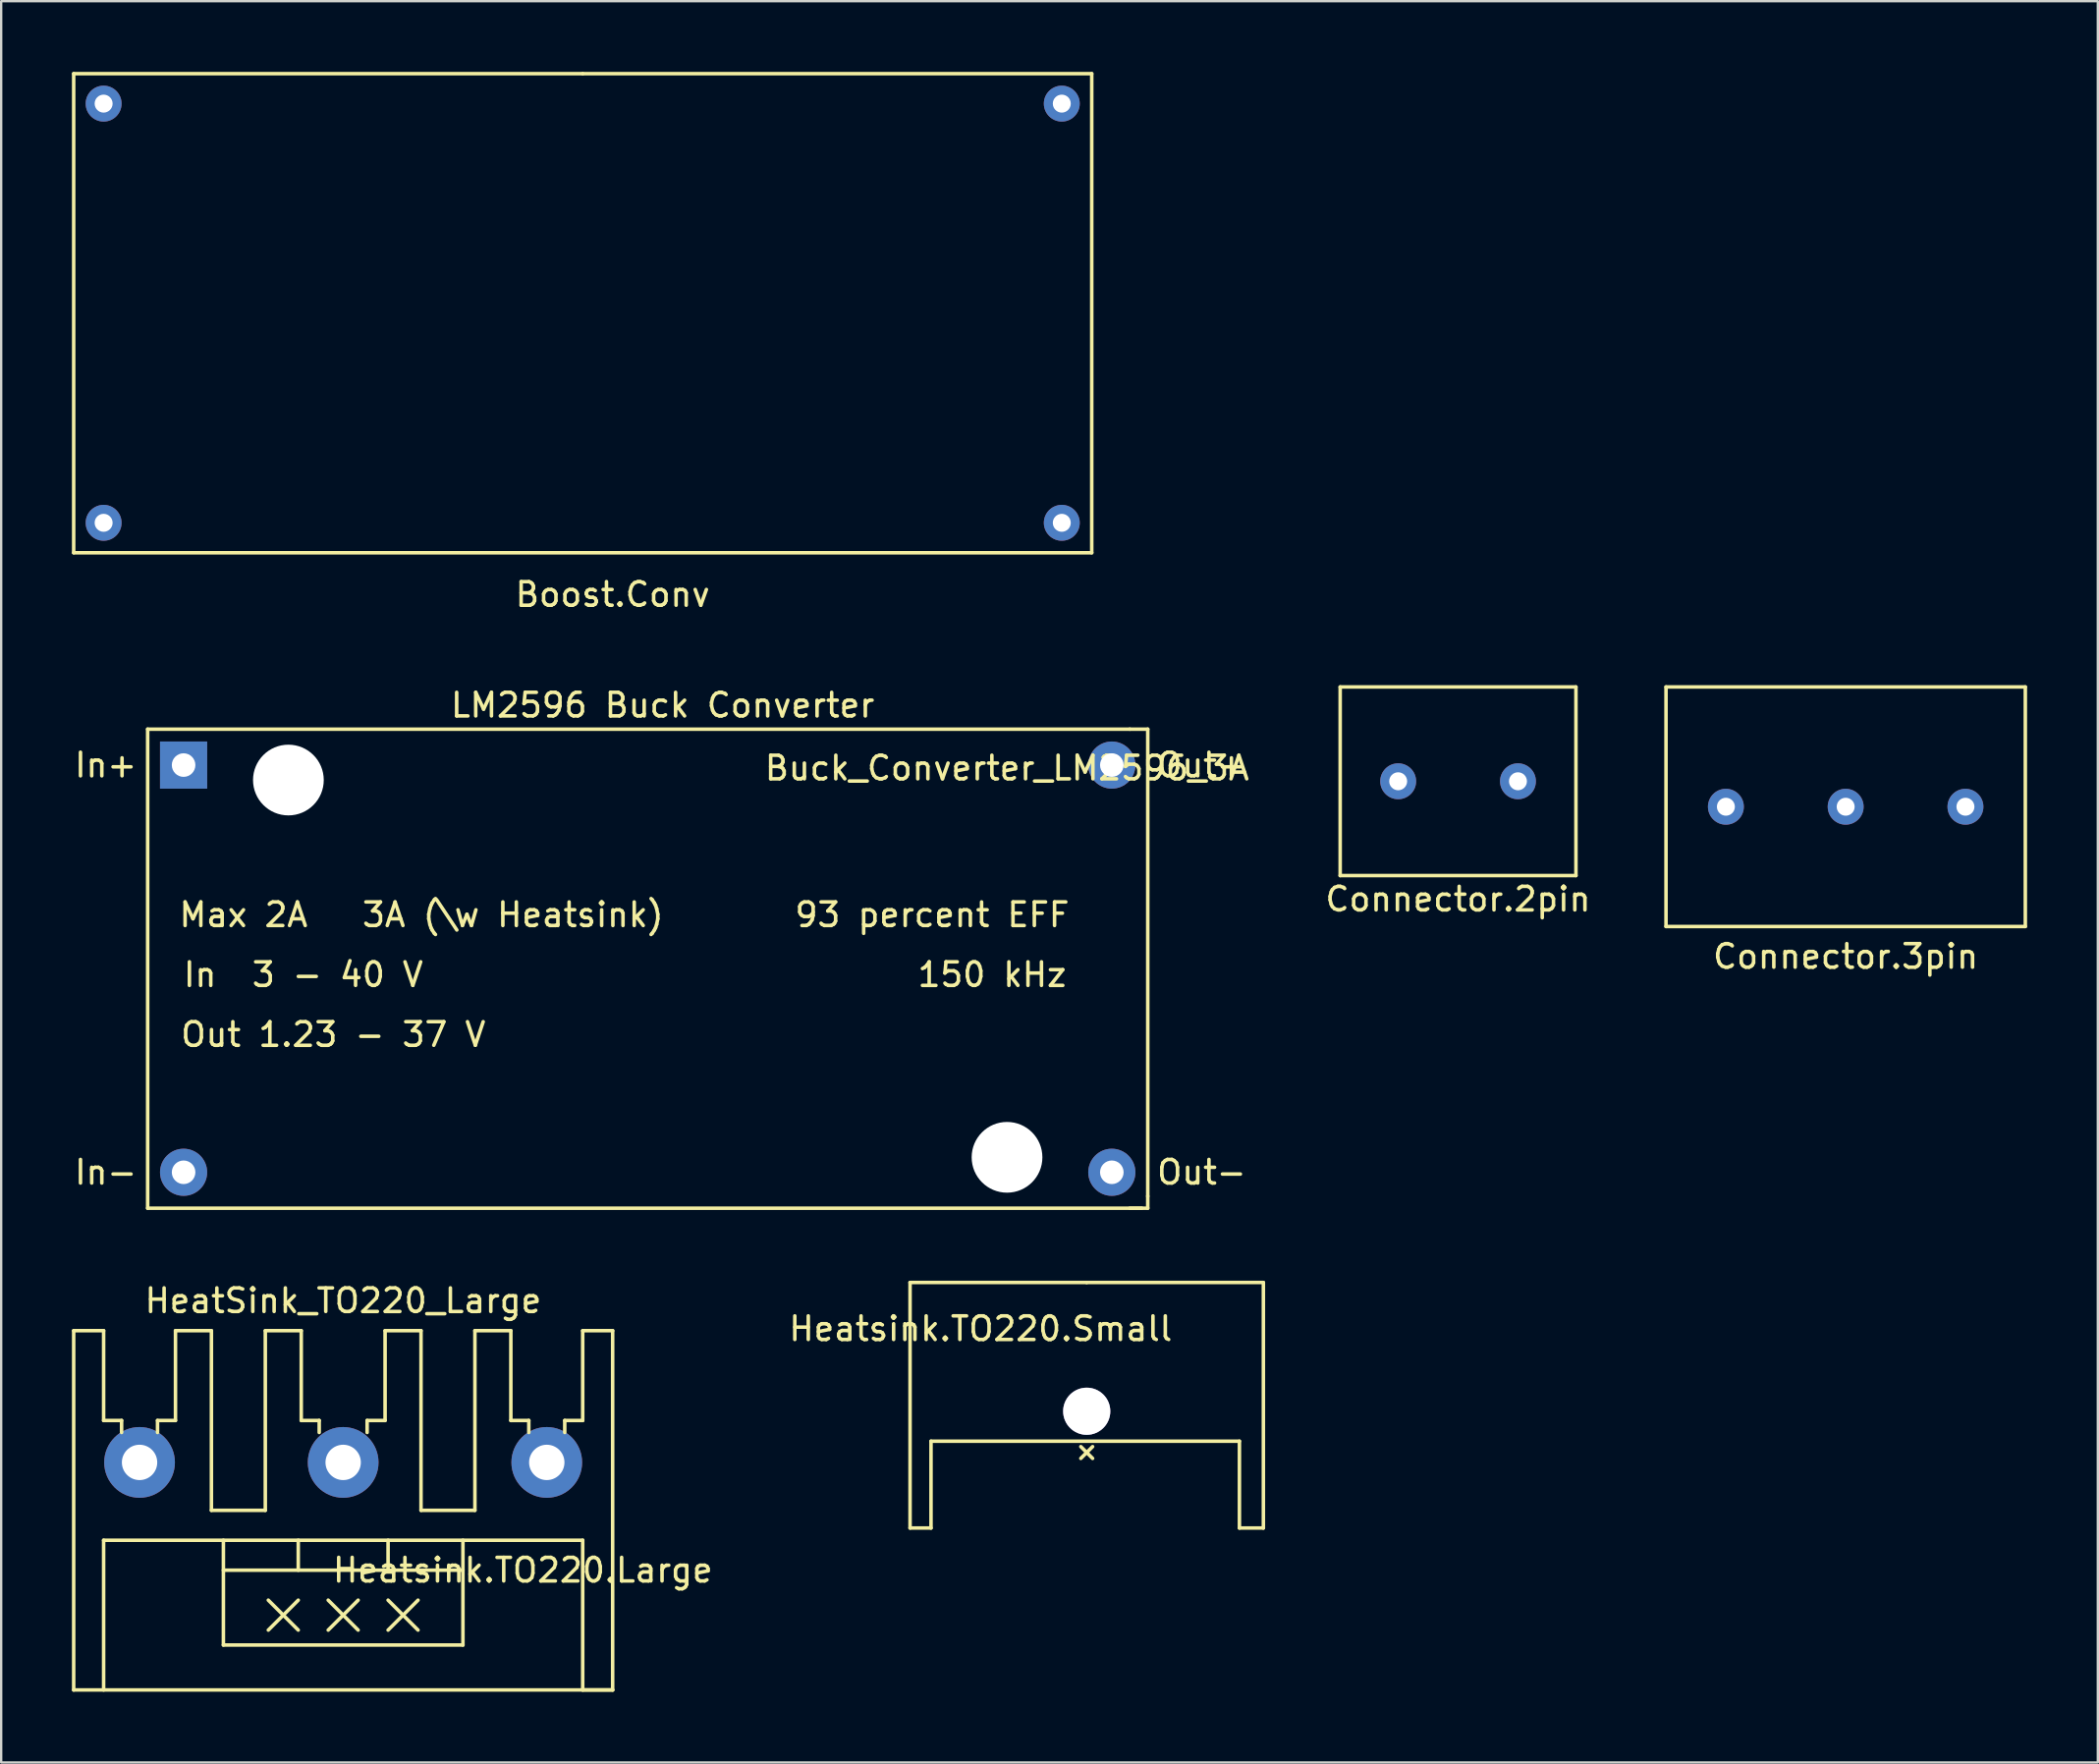
<source format=kicad_pcb>
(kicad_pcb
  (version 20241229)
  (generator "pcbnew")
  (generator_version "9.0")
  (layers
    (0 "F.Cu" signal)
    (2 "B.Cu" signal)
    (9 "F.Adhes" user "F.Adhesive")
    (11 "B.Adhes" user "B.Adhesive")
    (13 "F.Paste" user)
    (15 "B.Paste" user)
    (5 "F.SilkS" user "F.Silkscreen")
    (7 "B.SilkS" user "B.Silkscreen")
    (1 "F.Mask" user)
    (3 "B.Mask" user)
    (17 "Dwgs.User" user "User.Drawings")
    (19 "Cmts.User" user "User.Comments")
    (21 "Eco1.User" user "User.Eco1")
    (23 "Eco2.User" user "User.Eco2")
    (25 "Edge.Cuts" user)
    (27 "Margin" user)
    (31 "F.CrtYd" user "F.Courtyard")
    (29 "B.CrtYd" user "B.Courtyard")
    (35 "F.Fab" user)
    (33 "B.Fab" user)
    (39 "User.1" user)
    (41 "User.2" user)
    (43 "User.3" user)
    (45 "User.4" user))
  (footprint "Heatsink.TO220.Small"
    (layer "F.Cu")
    (at 43.042 56.809)
    (property "Reference" "Heatsink.TO220.Small" (at -4.5 -3.5 0) (layer "F.SilkS") (effects (font (size 1 1) (thickness 0.15))))
    (attr through_hole)
    (fp_line (start -7.493 -5.461) (end 0 -5.461) (stroke (width 0.15) (type solid)) (layer "F.SilkS"))
    (fp_line (start -7.493 4.953) (end -7.493 -5.461) (stroke (width 0.15) (type solid)) (layer "F.SilkS"))
    (fp_line (start -6.604 1.27) (end -6.604 4.953) (stroke (width 0.15) (type solid)) (layer "F.SilkS"))
    (fp_line (start -6.604 4.953) (end -7.493 4.953) (stroke (width 0.15) (type solid)) (layer "F.SilkS"))
    (fp_line (start -0.25 1.5) (end 0.25 2) (stroke (width 0.15) (type solid)) (layer "F.SilkS"))
    (fp_line (start 0 -5.461) (end 7.493 -5.461) (stroke (width 0.15) (type solid)) (layer "F.SilkS"))
    (fp_line (start 0.25 1.5) (end -0.25 2) (stroke (width 0.15) (type solid)) (layer "F.SilkS"))
    (fp_line (start 6.477 1.27) (end -6.604 1.27) (stroke (width 0.15) (type solid)) (layer "F.SilkS"))
    (fp_line (start 6.477 4.953) (end 6.477 1.27) (stroke (width 0.15) (type solid)) (layer "F.SilkS"))
    (fp_line (start 7.493 -5.461) (end 7.493 4.953) (stroke (width 0.15) (type solid)) (layer "F.SilkS"))
    (fp_line (start 7.493 4.953) (end 6.477 4.953) (stroke (width 0.15) (type solid)) (layer "F.SilkS"))
    (pad "1" thru_hole circle (at 0 0) (size 2 2) (drill 2) (layers "*.Cu" "*.Mask")))
  (footprint "Heatsink.TO220.Large"
    (layer "F.Cu")
    (at 11.505 62.281)
    (property "Reference" "Heatsink.TO220.Large" (at 7.62 1.27 0) (layer "F.SilkS") (effects (font (size 1 1) (thickness 0.15))))
    (attr through_hole)
    (fp_line (start -11.43 -8.89) (end -11.43 6.35) (stroke (width 0.15) (type solid)) (layer "F.SilkS"))
    (fp_line (start -11.43 -8.89) (end -10.16 -8.89) (stroke (width 0.15) (type solid)) (layer "F.SilkS"))
    (fp_line (start -10.16 -8.89) (end -10.16 -5.08) (stroke (width 0.15) (type solid)) (layer "F.SilkS"))
    (fp_line (start -10.16 -5.08) (end -9.398 -5.08) (stroke (width 0.15) (type solid)) (layer "F.SilkS"))
    (fp_line (start -10.16 0) (end 10.16 0) (stroke (width 0.15) (type solid)) (layer "F.SilkS"))
    (fp_line (start -10.16 6.35) (end -10.16 0) (stroke (width 0.15) (type solid)) (layer "F.SilkS"))
    (fp_line (start -9.398 -5.08) (end -9.398 -4.572) (stroke (width 0.15) (type solid)) (layer "F.SilkS"))
    (fp_line (start -7.874 -5.08) (end -7.874 -4.572) (stroke (width 0.15) (type solid)) (layer "F.SilkS"))
    (fp_line (start -7.112 -8.89) (end -5.588 -8.89) (stroke (width 0.15) (type solid)) (layer "F.SilkS"))
    (fp_line (start -7.112 -5.08) (end -7.874 -5.08) (stroke (width 0.15) (type solid)) (layer "F.SilkS"))
    (fp_line (start -7.112 -5.08) (end -7.112 -8.89) (stroke (width 0.15) (type solid)) (layer "F.SilkS"))
    (fp_line (start -5.588 -8.89) (end -5.588 -1.27) (stroke (width 0.15) (type solid)) (layer "F.SilkS"))
    (fp_line (start -5.588 -1.27) (end -3.302 -1.27) (stroke (width 0.15) (type solid)) (layer "F.SilkS"))
    (fp_line (start -5.08 1.27) (end 5.08 1.27) (stroke (width 0.15) (type solid)) (layer "F.SilkS"))
    (fp_line (start -5.08 4.445) (end -5.08 0) (stroke (width 0.15) (type solid)) (layer "F.SilkS"))
    (fp_line (start -3.302 -8.89) (end -1.778 -8.89) (stroke (width 0.15) (type solid)) (layer "F.SilkS"))
    (fp_line (start -3.302 -1.27) (end -3.302 -8.89) (stroke (width 0.15) (type solid)) (layer "F.SilkS"))
    (fp_line (start -3.175 2.54) (end -1.905 3.81) (stroke (width 0.15) (type solid)) (layer "F.SilkS"))
    (fp_line (start -1.905 0) (end -1.905 1.27) (stroke (width 0.15) (type solid)) (layer "F.SilkS"))
    (fp_line (start -1.905 2.54) (end -3.175 3.81) (stroke (width 0.15) (type solid)) (layer "F.SilkS"))
    (fp_line (start -1.778 -8.89) (end -1.778 -5.08) (stroke (width 0.15) (type solid)) (layer "F.SilkS"))
    (fp_line (start -1.778 -5.08) (end -1.016 -5.08) (stroke (width 0.15) (type solid)) (layer "F.SilkS"))
    (fp_line (start -1.016 -5.08) (end -1.016 -4.572) (stroke (width 0.15) (type solid)) (layer "F.SilkS"))
    (fp_line (start -0.635 2.54) (end 0.635 3.81) (stroke (width 0.15) (type solid)) (layer "F.SilkS"))
    (fp_line (start 0.635 2.54) (end -0.635 3.81) (stroke (width 0.15) (type solid)) (layer "F.SilkS"))
    (fp_line (start 1.016 -5.08) (end 1.778 -5.08) (stroke (width 0.15) (type solid)) (layer "F.SilkS"))
    (fp_line (start 1.016 -4.572) (end 1.016 -5.08) (stroke (width 0.15) (type solid)) (layer "F.SilkS"))
    (fp_line (start 1.778 -8.89) (end 3.302 -8.89) (stroke (width 0.15) (type solid)) (layer "F.SilkS"))
    (fp_line (start 1.778 -5.08) (end 1.778 -8.89) (stroke (width 0.15) (type solid)) (layer "F.SilkS"))
    (fp_line (start 1.905 0) (end 1.905 1.27) (stroke (width 0.15) (type solid)) (layer "F.SilkS"))
    (fp_line (start 1.905 2.54) (end 3.175 3.81) (stroke (width 0.15) (type solid)) (layer "F.SilkS"))
    (fp_line (start 3.175 2.54) (end 1.905 3.81) (stroke (width 0.15) (type solid)) (layer "F.SilkS"))
    (fp_line (start 3.302 -8.89) (end 3.302 -1.27) (stroke (width 0.15) (type solid)) (layer "F.SilkS"))
    (fp_line (start 3.302 -1.27) (end 5.588 -1.27) (stroke (width 0.15) (type solid)) (layer "F.SilkS"))
    (fp_line (start 5.08 0) (end 5.08 4.445) (stroke (width 0.15) (type solid)) (layer "F.SilkS"))
    (fp_line (start 5.08 4.445) (end -5.08 4.445) (stroke (width 0.15) (type solid)) (layer "F.SilkS"))
    (fp_line (start 5.588 -8.89) (end 7.112 -8.89) (stroke (width 0.15) (type solid)) (layer "F.SilkS"))
    (fp_line (start 5.588 -1.27) (end 5.588 -8.89) (stroke (width 0.15) (type solid)) (layer "F.SilkS"))
    (fp_line (start 7.112 -8.89) (end 7.112 -5.08) (stroke (width 0.15) (type solid)) (layer "F.SilkS"))
    (fp_line (start 7.112 -5.08) (end 7.874 -5.08) (stroke (width 0.15) (type solid)) (layer "F.SilkS"))
    (fp_line (start 7.874 -5.08) (end 7.874 -4.572) (stroke (width 0.15) (type solid)) (layer "F.SilkS"))
    (fp_line (start 9.398 -5.08) (end 10.16 -5.08) (stroke (width 0.15) (type solid)) (layer "F.SilkS"))
    (fp_line (start 9.398 -4.572) (end 9.398 -5.08) (stroke (width 0.15) (type solid)) (layer "F.SilkS"))
    (fp_line (start 10.16 -8.89) (end 11.43 -8.89) (stroke (width 0.15) (type solid)) (layer "F.SilkS"))
    (fp_line (start 10.16 -5.08) (end 10.16 -8.89) (stroke (width 0.15) (type solid)) (layer "F.SilkS"))
    (fp_line (start 10.16 0) (end 10.16 6.35) (stroke (width 0.15) (type solid)) (layer "F.SilkS"))
    (fp_line (start 10.16 6.35) (end 11.43 6.35) (stroke (width 0.15) (type solid)) (layer "F.SilkS"))
    (fp_line (start 11.43 -8.89) (end 11.43 6.35) (stroke (width 0.15) (type solid)) (layer "F.SilkS"))
    (fp_line (start 11.43 6.35) (end -11.43 6.35) (stroke (width 0.15) (type solid)) (layer "F.SilkS"))
    (fp_text user "HeatSink_TO220_Large" (at 0 -10.16 0) (layer "F.SilkS") (effects (font (size 1 1) (thickness 0.15))))
    (pad "" thru_hole circle (at -8.636 -3.302) (size 3 3) (drill 1.5) (layers "*.Cu" "*.Mask"))
    (pad "" thru_hole circle (at 0 -3.302) (size 3 3) (drill 1.5) (layers "*.Cu" "*.Mask"))
    (pad "" thru_hole circle (at 8.636 -3.302) (size 3 3) (drill 1.5) (layers "*.Cu" "*.Mask")))
  (footprint "Connector.2pin"
    (layer "F.Cu")
    (at 58.792 30.088)
    (property "Reference" "Connector.2pin" (at 0 5 0) (layer "F.SilkS") (effects (font (size 1 1) (thickness 0.15))))
    (attr through_hole)
    (fp_line (start -5 -4) (end 5 -4) (stroke (width 0.15) (type solid)) (layer "F.SilkS"))
    (fp_line (start -5 4) (end -5 -4) (stroke (width 0.15) (type solid)) (layer "F.SilkS"))
    (fp_line (start 5 -4) (end 5 4) (stroke (width 0.15) (type solid)) (layer "F.SilkS"))
    (fp_line (start 5 4) (end -5 4) (stroke (width 0.15) (type solid)) (layer "F.SilkS"))
    (pad "1" thru_hole circle (at -2.54 0) (size 1.524 1.524) (drill 0.762) (layers "*.Cu" "*.Mask"))
    (pad "2" thru_hole circle (at 2.54 0) (size 1.524 1.524) (drill 0.762) (layers "*.Cu" "*.Mask")))
  (footprint "Boost.Conv"
    (layer "F.Cu")
    (at 21.665 10.235)
    (property "Reference" "Boost.Conv" (at 1.27 11.93 0) (layer "F.SilkS") (effects (font (size 1 1) (thickness 0.15))))
    (attr through_hole)
    (fp_line (start -21.59 -10.16) (end -21.59 10.16) (stroke (width 0.15) (type solid)) (layer "F.SilkS"))
    (fp_line (start 0 -10.16) (end -21.59 -10.16) (stroke (width 0.15) (type solid)) (layer "F.SilkS"))
    (fp_line (start 0 -10.16) (end 21.59 -10.16) (stroke (width 0.15) (type solid)) (layer "F.SilkS"))
    (fp_line (start 21.59 10.16) (end -21.59 10.16) (stroke (width 0.15) (type solid)) (layer "F.SilkS"))
    (fp_line (start 21.59 10.16) (end 21.59 -10.16) (stroke (width 0.15) (type solid)) (layer "F.SilkS"))
    (pad "1" thru_hole circle (at -20.32 -8.89) (size 1.524 1.524) (drill 0.762) (layers "*.Cu" "*.Mask"))
    (pad "2" thru_hole circle (at -20.32 8.89) (size 1.524 1.524) (drill 0.762) (layers "*.Cu" "*.Mask"))
    (pad "3" thru_hole circle (at 20.32 -8.89) (size 1.524 1.524) (drill 0.762) (layers "*.Cu" "*.Mask"))
    (pad "4" thru_hole circle (at 20.32 8.89) (size 1.524 1.524) (drill 0.762) (layers "*.Cu" "*.Mask")))
  (footprint "Buck_Converter_LM2596_3A"
    (layer "F.Cu")
    (at 4.737 29.401)
    (property "Reference" "Buck_Converter_LM2596_3A" (at 34.925 0.127 0) (layer "F.SilkS") (effects (font (size 1 1) (thickness 0.15))))
    (attr through_hole)
    (fp_line (start -1.524 -1.524) (end 40.132 -1.524) (stroke (width 0.15) (type solid)) (layer "F.SilkS"))
    (fp_line (start -1.524 18.796) (end -1.524 -1.524) (stroke (width 0.15) (type solid)) (layer "F.SilkS"))
    (fp_line (start -1.524 18.796) (end 40.64 18.796) (stroke (width 0.15) (type solid)) (layer "F.SilkS"))
    (fp_line (start 40.132 -1.524) (end 40.894 -1.524) (stroke (width 0.15) (type solid)) (layer "F.SilkS"))
    (fp_line (start 40.894 -1.524) (end 40.894 18.288) (stroke (width 0.15) (type solid)) (layer "F.SilkS"))
    (fp_line (start 40.894 18.288) (end 40.894 18.796) (stroke (width 0.15) (type solid)) (layer "F.SilkS"))
    (fp_line (start 40.894 18.796) (end 40.132 18.796) (stroke (width 0.15) (type solid)) (layer "F.SilkS"))
    (fp_text user "LM2596 Buck Converter" (at 20.32 -2.54 0) (layer "F.SilkS") (effects (font (size 1 1) (thickness 0.15))))
    (fp_text user "3A (\\w Heatsink)" (at 13.97 6.35 0) (layer "F.SilkS") (effects (font (size 1 1) (thickness 0.15))))
    (fp_text user "Out+" (at 43.18 0 0) (layer "F.SilkS") (effects (font (size 1 1) (thickness 0.15))))
    (fp_text user "In+" (at -3.302 0 0) (layer "F.SilkS") (effects (font (size 1 1) (thickness 0.15))))
    (fp_text user "In  3 - 40 V" (at 5.08 8.89 0) (layer "F.SilkS") (effects (font (size 1 1) (thickness 0.15))))
    (fp_text user "In-" (at -3.302 17.272 0) (layer "F.SilkS") (effects (font (size 1 1) (thickness 0.15))))
    (fp_text user "150 kHz" (at 34.29 8.89 0) (layer "F.SilkS") (effects (font (size 1 1) (thickness 0.15))))
    (fp_text user "Out-" (at 43.18 17.272 0) (layer "F.SilkS") (effects (font (size 1 1) (thickness 0.15))))
    (fp_text user "93 percent EFF" (at 31.75 6.35 0) (layer "F.SilkS") (effects (font (size 1 1) (thickness 0.15))))
    (fp_text user "Out 1.23 - 37 V" (at 6.35 11.43 0) (layer "F.SilkS") (effects (font (size 1 1) (thickness 0.15))))
    (fp_text user "Max 2A" (at 2.54 6.35 0) (layer "F.SilkS") (effects (font (size 1 1) (thickness 0.15))))
    (pad "" np_thru_hole circle (at 4.445 0.635) (size 3 3) (drill 3) (layers "*.Cu" "*.Mask"))
    (pad "" np_thru_hole circle (at 34.925 16.637) (size 3 3) (drill 3) (layers "*.Cu" "*.Mask"))
    (pad "1" thru_hole rect (at 0 0) (size 2 2) (drill 1) (layers "*.Cu" "*.Mask"))
    (pad "2" thru_hole circle (at 0 17.272) (size 2 2) (drill 1) (layers "*.Cu" "*.Mask"))
    (pad "3" thru_hole circle (at 39.37 17.272) (size 2 2) (drill 1) (layers "*.Cu" "*.Mask"))
    (pad "4" thru_hole circle (at 39.37 0) (size 2 2) (drill 1) (layers "*.Cu" "*.Mask")))
  (footprint "Connector.3pin"
    (layer "F.Cu")
    (at 75.232 31.168)
    (property "Reference" "Connector.3pin" (at 0 6.35 0) (layer "F.SilkS") (effects (font (size 1 1) (thickness 0.15))))
    (attr through_hole)
    (fp_line (start -7.62 -5.08) (end 7.62 -5.08) (stroke (width 0.15) (type solid)) (layer "F.SilkS"))
    (fp_line (start -7.62 5.08) (end -7.62 -5.08) (stroke (width 0.15) (type solid)) (layer "F.SilkS"))
    (fp_line (start 7.62 -5.08) (end 7.62 5.08) (stroke (width 0.15) (type solid)) (layer "F.SilkS"))
    (fp_line (start 7.62 5.08) (end -7.62 5.08) (stroke (width 0.15) (type solid)) (layer "F.SilkS"))
    (pad "1" thru_hole circle (at -5.08 0) (size 1.524 1.524) (drill 0.762) (layers "*.Cu" "*.Mask"))
    (pad "2" thru_hole circle (at 0 0) (size 1.524 1.524) (drill 0.762) (layers "*.Cu" "*.Mask"))
    (pad "3" thru_hole circle (at 5.08 0) (size 1.524 1.524) (drill 0.762) (layers "*.Cu" "*.Mask")))
  (gr_rect
    (start -3 -3)
    (end 85.927 71.706)
    (stroke (width 0.1) (type default))
    (fill no)
    (layer "Edge.Cuts")))
</source>
